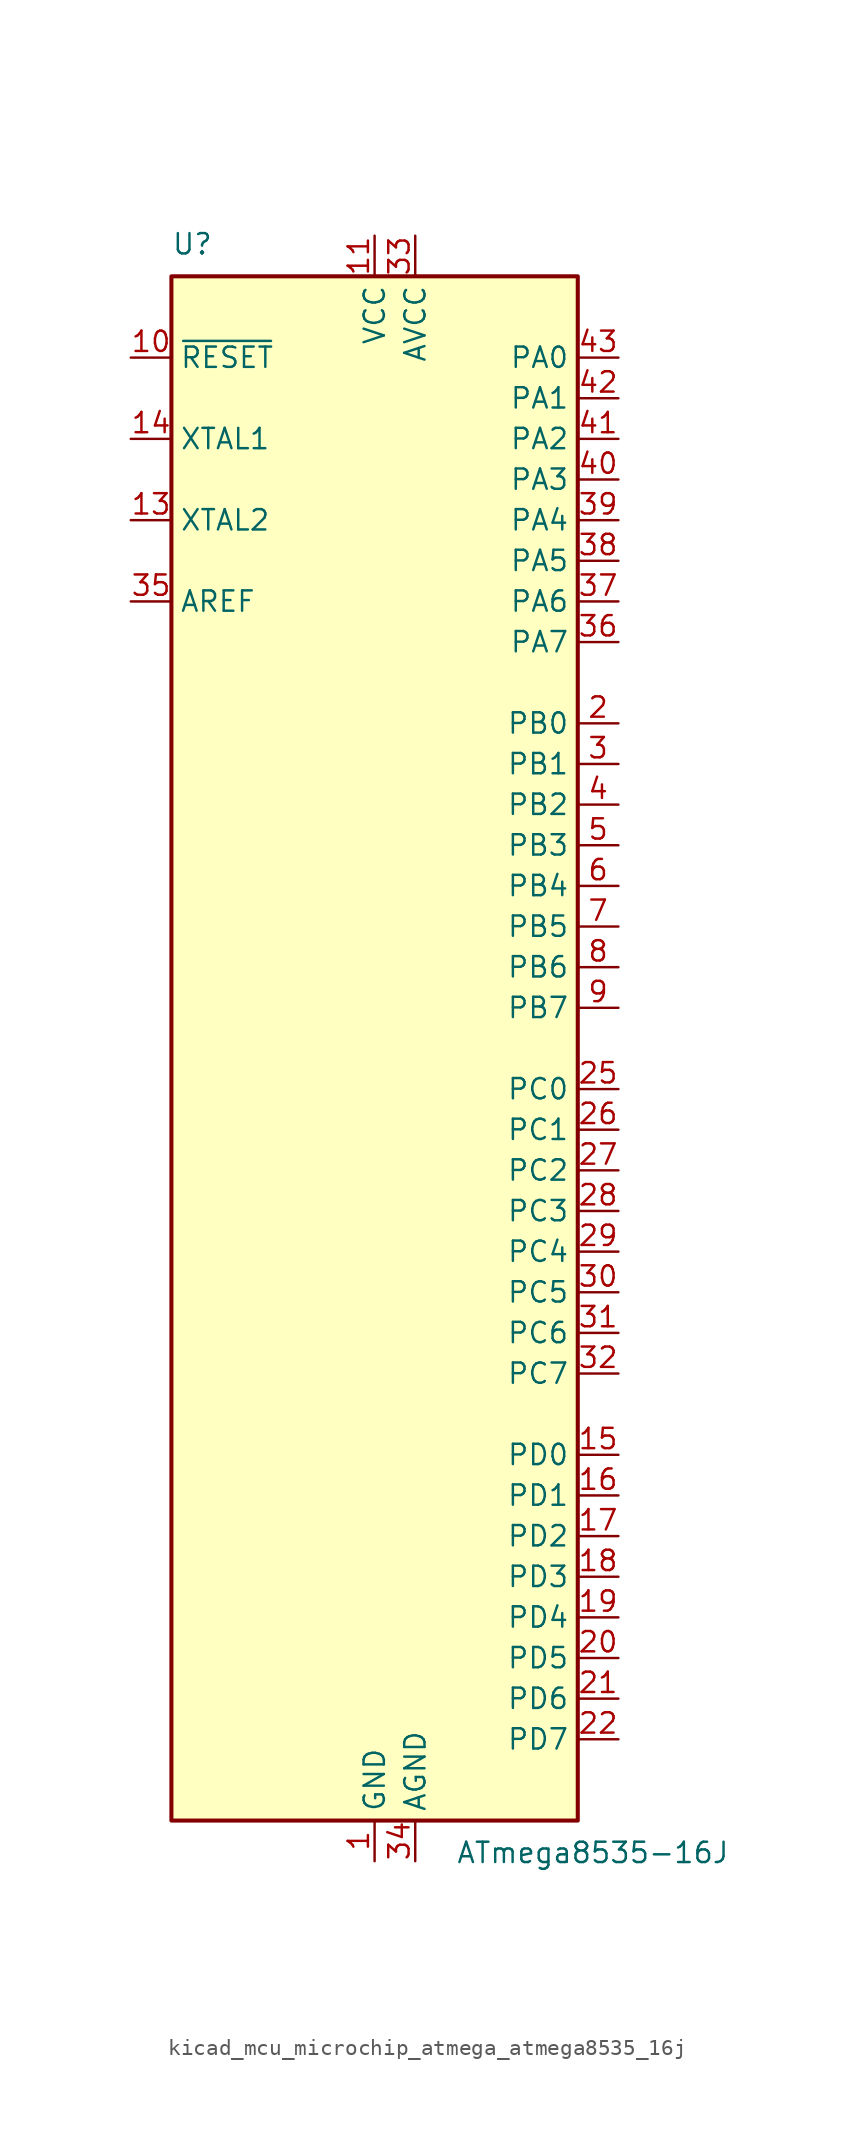
<source format=kicad_sym>
(kicad_symbol_lib
  (version 20220914)
  (generator kicad_symbol_editor)
  (symbol "kicad_mcu_microchip_atmega_atmega8535_16j"
    (property "Reference" "U"
      (at -12.7 49.53 0)
      (effects (font (size 1.27 1.27)) (justify left bottom)))
    (property "Value" "ATmega8535-16J"
      (at 5.08 -49.53 0)
      (effects (font (size 1.27 1.27)) (justify left top)))
    (symbol "kicad_mcu_microchip_atmega_atmega8535_16j_0_1"
      (rectangle (start -12.7 -48.26) (end 12.7 48.26) (stroke (width 0.254) (type default)) (fill (type background))))
    (symbol "kicad_mcu_microchip_atmega_atmega8535_16j_1_1"
      (pin power_in line (at 0 -50.8 90) (length 2.54) (name "GND" (effects (font (size 1.27 1.27)))) (number "1" (effects (font (size 1.27 1.27)))))
      (pin input line (at -15.24 43.18 0) (length 2.54) (name "~{RESET}" (effects (font (size 1.27 1.27)))) (number "10" (effects (font (size 1.27 1.27)))))
      (pin power_in line (at 0 50.8 270) (length 2.54) (name "VCC" (effects (font (size 1.27 1.27)))) (number "11" (effects (font (size 1.27 1.27)))))
      (pin passive line (at 0 -50.8 90) (length 2.54) hide (name "GND" (effects (font (size 1.27 1.27)))) (number "12" (effects (font (size 1.27 1.27)))))
      (pin output line (at -15.24 33.02 0) (length 2.54) (name "XTAL2" (effects (font (size 1.27 1.27)))) (number "13" (effects (font (size 1.27 1.27)))))
      (pin input line (at -15.24 38.1 0) (length 2.54) (name "XTAL1" (effects (font (size 1.27 1.27)))) (number "14" (effects (font (size 1.27 1.27)))))
      (pin bidirectional line (at 15.24 -25.4 180) (length 2.54) (name "PD0" (effects (font (size 1.27 1.27)))) (number "15" (effects (font (size 1.27 1.27)))))
      (pin bidirectional line (at 15.24 -27.94 180) (length 2.54) (name "PD1" (effects (font (size 1.27 1.27)))) (number "16" (effects (font (size 1.27 1.27)))))
      (pin bidirectional line (at 15.24 -30.48 180) (length 2.54) (name "PD2" (effects (font (size 1.27 1.27)))) (number "17" (effects (font (size 1.27 1.27)))))
      (pin bidirectional line (at 15.24 -33.02 180) (length 2.54) (name "PD3" (effects (font (size 1.27 1.27)))) (number "18" (effects (font (size 1.27 1.27)))))
      (pin bidirectional line (at 15.24 -35.56 180) (length 2.54) (name "PD4" (effects (font (size 1.27 1.27)))) (number "19" (effects (font (size 1.27 1.27)))))
      (pin bidirectional line (at 15.24 20.32 180) (length 2.54) (name "PB0" (effects (font (size 1.27 1.27)))) (number "2" (effects (font (size 1.27 1.27)))))
      (pin bidirectional line (at 15.24 -38.1 180) (length 2.54) (name "PD5" (effects (font (size 1.27 1.27)))) (number "20" (effects (font (size 1.27 1.27)))))
      (pin bidirectional line (at 15.24 -40.64 180) (length 2.54) (name "PD6" (effects (font (size 1.27 1.27)))) (number "21" (effects (font (size 1.27 1.27)))))
      (pin bidirectional line (at 15.24 -43.18 180) (length 2.54) (name "PD7" (effects (font (size 1.27 1.27)))) (number "22" (effects (font (size 1.27 1.27)))))
      (pin passive line (at 0 50.8 270) (length 2.54) hide (name "VCC" (effects (font (size 1.27 1.27)))) (number "23" (effects (font (size 1.27 1.27)))))
      (pin passive line (at 0 -50.8 90) (length 2.54) hide (name "GND" (effects (font (size 1.27 1.27)))) (number "24" (effects (font (size 1.27 1.27)))))
      (pin bidirectional line (at 15.24 -2.54 180) (length 2.54) (name "PC0" (effects (font (size 1.27 1.27)))) (number "25" (effects (font (size 1.27 1.27)))))
      (pin bidirectional line (at 15.24 -5.08 180) (length 2.54) (name "PC1" (effects (font (size 1.27 1.27)))) (number "26" (effects (font (size 1.27 1.27)))))
      (pin bidirectional line (at 15.24 -7.62 180) (length 2.54) (name "PC2" (effects (font (size 1.27 1.27)))) (number "27" (effects (font (size 1.27 1.27)))))
      (pin bidirectional line (at 15.24 -10.16 180) (length 2.54) (name "PC3" (effects (font (size 1.27 1.27)))) (number "28" (effects (font (size 1.27 1.27)))))
      (pin bidirectional line (at 15.24 -12.7 180) (length 2.54) (name "PC4" (effects (font (size 1.27 1.27)))) (number "29" (effects (font (size 1.27 1.27)))))
      (pin bidirectional line (at 15.24 17.78 180) (length 2.54) (name "PB1" (effects (font (size 1.27 1.27)))) (number "3" (effects (font (size 1.27 1.27)))))
      (pin bidirectional line (at 15.24 -15.24 180) (length 2.54) (name "PC5" (effects (font (size 1.27 1.27)))) (number "30" (effects (font (size 1.27 1.27)))))
      (pin bidirectional line (at 15.24 -17.78 180) (length 2.54) (name "PC6" (effects (font (size 1.27 1.27)))) (number "31" (effects (font (size 1.27 1.27)))))
      (pin bidirectional line (at 15.24 -20.32 180) (length 2.54) (name "PC7" (effects (font (size 1.27 1.27)))) (number "32" (effects (font (size 1.27 1.27)))))
      (pin power_in line (at 2.54 50.8 270) (length 2.54) (name "AVCC" (effects (font (size 1.27 1.27)))) (number "33" (effects (font (size 1.27 1.27)))))
      (pin power_in line (at 2.54 -50.8 90) (length 2.54) (name "AGND" (effects (font (size 1.27 1.27)))) (number "34" (effects (font (size 1.27 1.27)))))
      (pin passive line (at -15.24 27.94 0) (length 2.54) (name "AREF" (effects (font (size 1.27 1.27)))) (number "35" (effects (font (size 1.27 1.27)))))
      (pin bidirectional line (at 15.24 25.4 180) (length 2.54) (name "PA7" (effects (font (size 1.27 1.27)))) (number "36" (effects (font (size 1.27 1.27)))))
      (pin bidirectional line (at 15.24 27.94 180) (length 2.54) (name "PA6" (effects (font (size 1.27 1.27)))) (number "37" (effects (font (size 1.27 1.27)))))
      (pin bidirectional line (at 15.24 30.48 180) (length 2.54) (name "PA5" (effects (font (size 1.27 1.27)))) (number "38" (effects (font (size 1.27 1.27)))))
      (pin bidirectional line (at 15.24 33.02 180) (length 2.54) (name "PA4" (effects (font (size 1.27 1.27)))) (number "39" (effects (font (size 1.27 1.27)))))
      (pin bidirectional line (at 15.24 15.24 180) (length 2.54) (name "PB2" (effects (font (size 1.27 1.27)))) (number "4" (effects (font (size 1.27 1.27)))))
      (pin bidirectional line (at 15.24 35.56 180) (length 2.54) (name "PA3" (effects (font (size 1.27 1.27)))) (number "40" (effects (font (size 1.27 1.27)))))
      (pin bidirectional line (at 15.24 38.1 180) (length 2.54) (name "PA2" (effects (font (size 1.27 1.27)))) (number "41" (effects (font (size 1.27 1.27)))))
      (pin bidirectional line (at 15.24 40.64 180) (length 2.54) (name "PA1" (effects (font (size 1.27 1.27)))) (number "42" (effects (font (size 1.27 1.27)))))
      (pin bidirectional line (at 15.24 43.18 180) (length 2.54) (name "PA0" (effects (font (size 1.27 1.27)))) (number "43" (effects (font (size 1.27 1.27)))))
      (pin passive line (at 0 50.8 270) (length 2.54) hide (name "VCC" (effects (font (size 1.27 1.27)))) (number "44" (effects (font (size 1.27 1.27)))))
      (pin bidirectional line (at 15.24 12.7 180) (length 2.54) (name "PB3" (effects (font (size 1.27 1.27)))) (number "5" (effects (font (size 1.27 1.27)))))
      (pin bidirectional line (at 15.24 10.16 180) (length 2.54) (name "PB4" (effects (font (size 1.27 1.27)))) (number "6" (effects (font (size 1.27 1.27)))))
      (pin bidirectional line (at 15.24 7.62 180) (length 2.54) (name "PB5" (effects (font (size 1.27 1.27)))) (number "7" (effects (font (size 1.27 1.27)))))
      (pin bidirectional line (at 15.24 5.08 180) (length 2.54) (name "PB6" (effects (font (size 1.27 1.27)))) (number "8" (effects (font (size 1.27 1.27)))))
      (pin bidirectional line (at 15.24 2.54 180) (length 2.54) (name "PB7" (effects (font (size 1.27 1.27)))) (number "9" (effects (font (size 1.27 1.27))))))))
</source>
